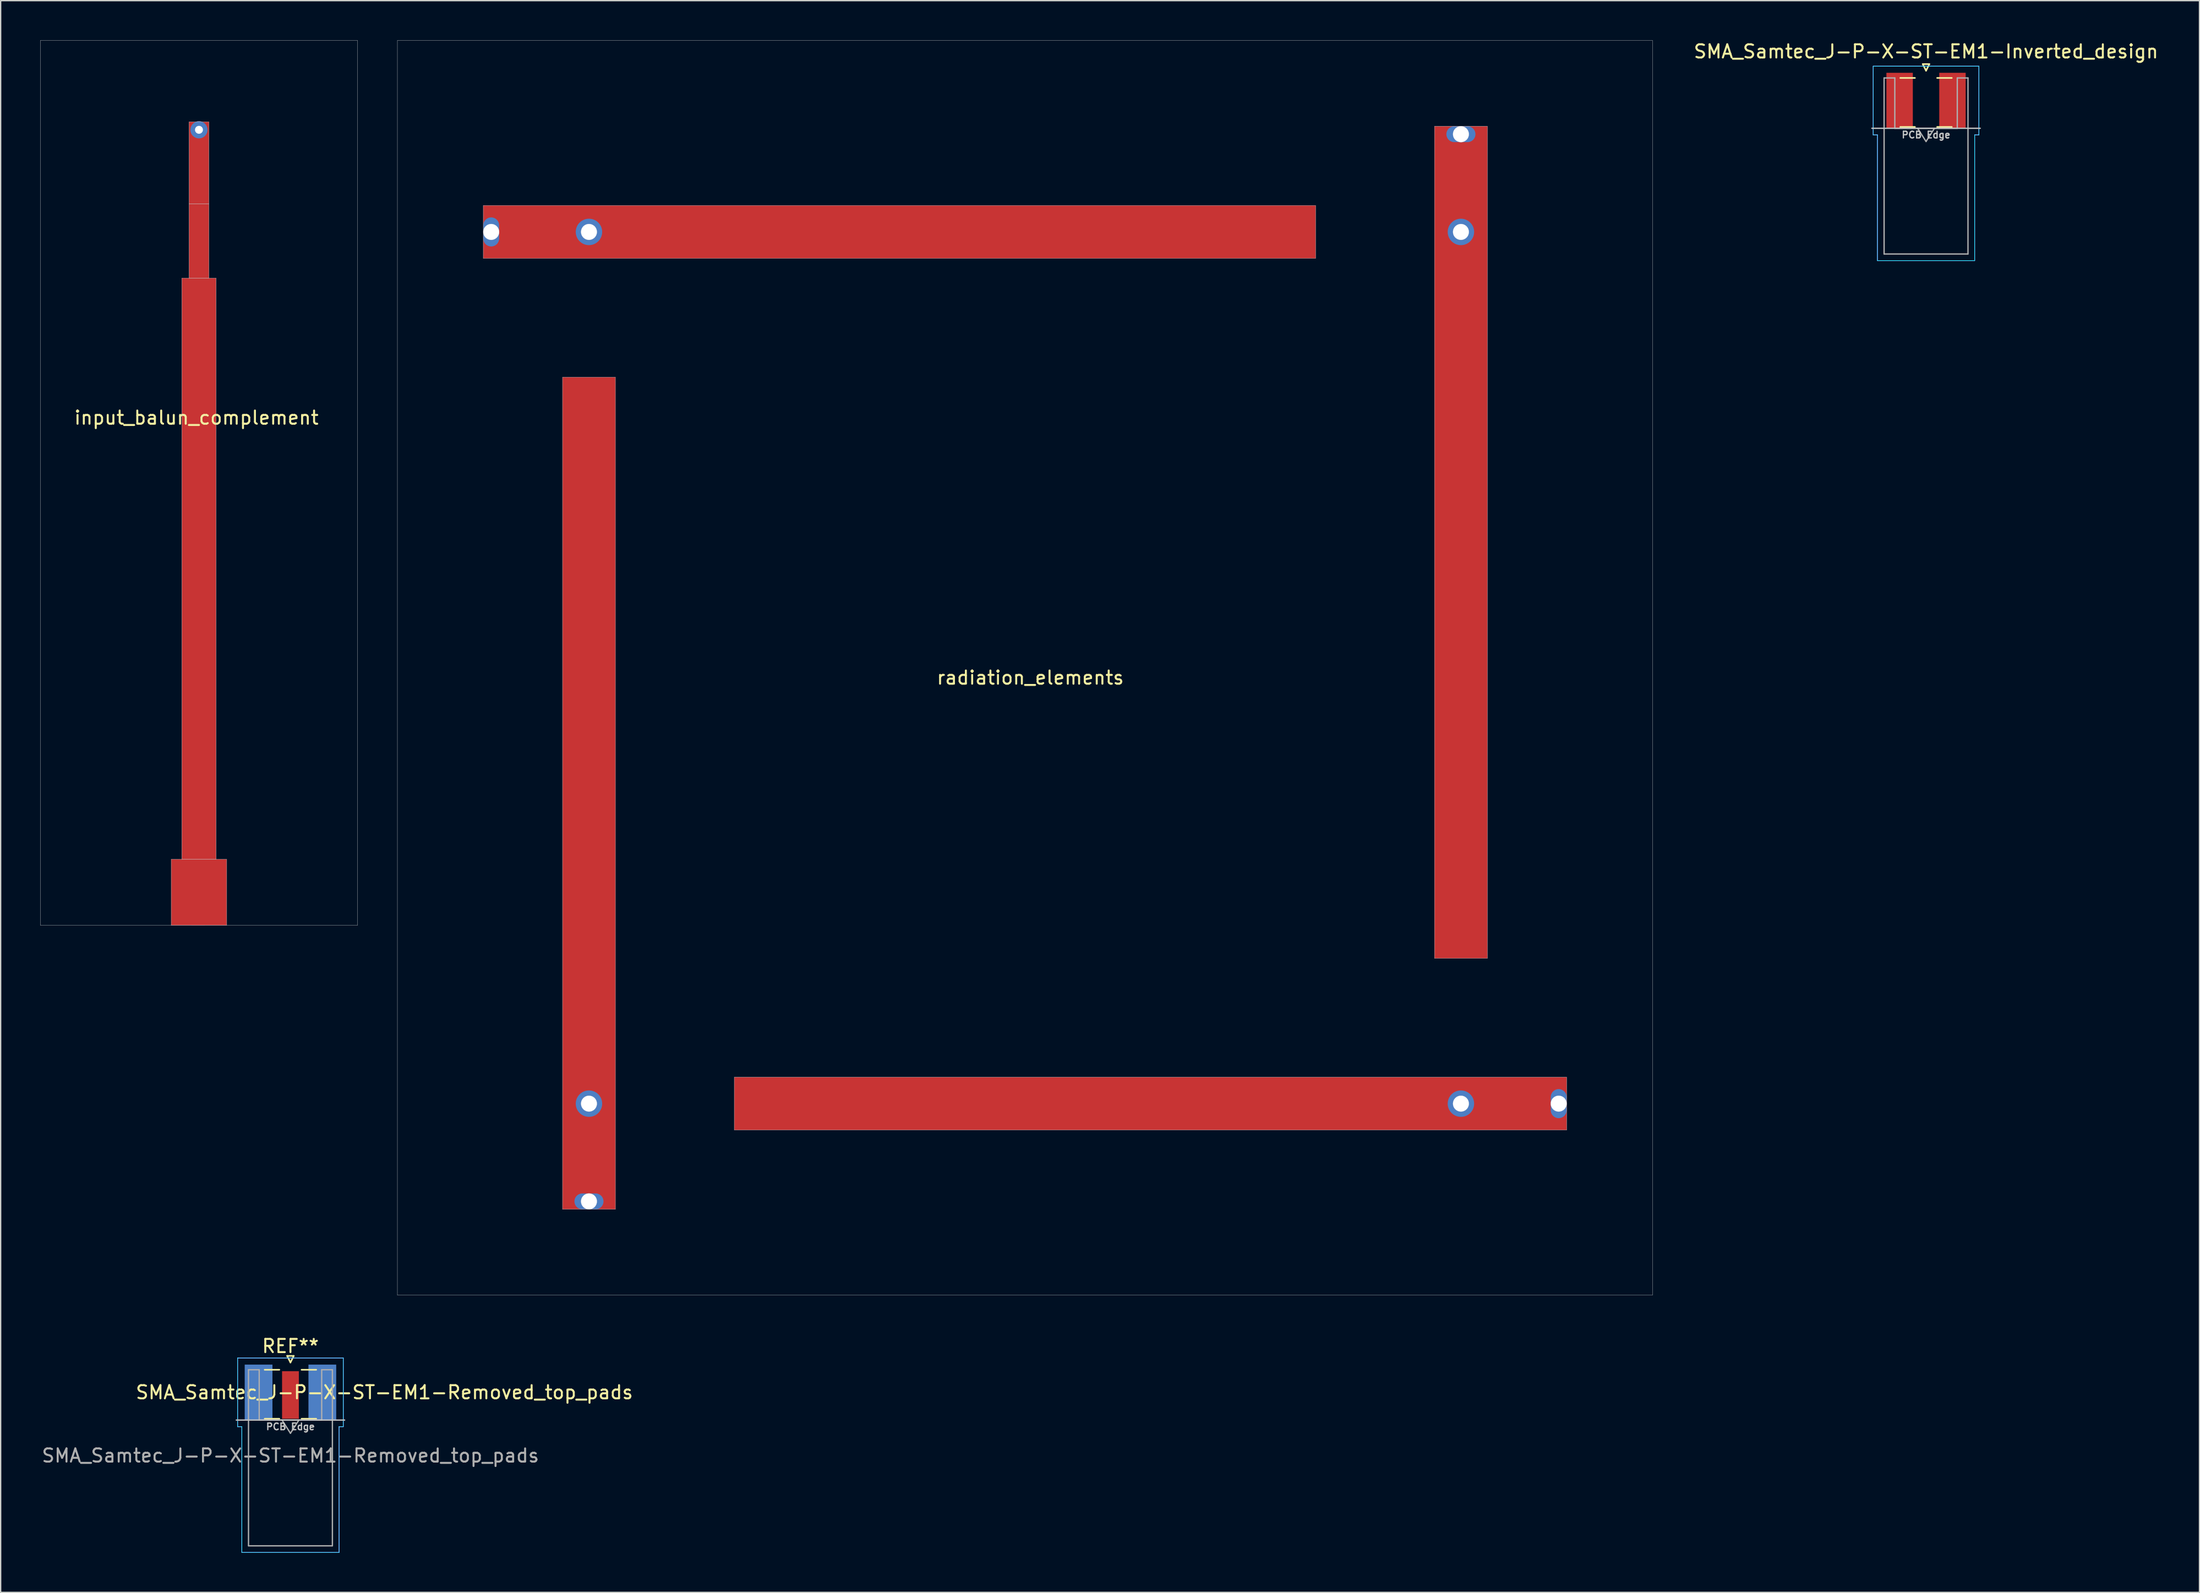
<source format=kicad_pcb>
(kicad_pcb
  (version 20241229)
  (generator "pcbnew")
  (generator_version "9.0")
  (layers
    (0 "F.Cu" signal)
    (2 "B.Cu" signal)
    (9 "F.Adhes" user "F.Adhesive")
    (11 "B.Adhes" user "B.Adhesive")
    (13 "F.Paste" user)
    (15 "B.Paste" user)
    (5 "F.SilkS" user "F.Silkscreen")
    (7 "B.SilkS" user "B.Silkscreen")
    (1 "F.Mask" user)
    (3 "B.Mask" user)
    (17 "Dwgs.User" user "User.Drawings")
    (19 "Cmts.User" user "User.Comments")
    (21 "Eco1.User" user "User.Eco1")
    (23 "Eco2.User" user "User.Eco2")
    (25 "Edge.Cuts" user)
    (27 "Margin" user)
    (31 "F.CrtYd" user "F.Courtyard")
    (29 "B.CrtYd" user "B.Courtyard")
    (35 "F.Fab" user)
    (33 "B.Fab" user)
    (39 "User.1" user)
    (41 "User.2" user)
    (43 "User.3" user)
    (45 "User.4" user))
  (footprint "radiation_elements"
    (layer "F.Cu")
    (at 74.94 48.26)
    (property "Reference" "radiation_elements" (at 0 0 0) (layer "F.SilkS") (effects (font (size 1 1) (thickness 0.15))))
    (attr through_hole)
    (fp_poly (pts (xy -31.41 40.25) (xy -35.41 40.25) (xy -35.41 -22.75) (xy -31.41 -22.75)) (stroke (width 0.01) (type solid)) (fill yes) (layer "F.Cu"))
    (fp_poly (pts (xy 21.59 -31.75) (xy -41.41 -31.75) (xy -41.41 -35.75) (xy 21.59 -35.75)) (stroke (width 0.01) (type solid)) (fill yes) (layer "F.Cu"))
    (fp_poly (pts (xy 34.59 21.25) (xy 30.59 21.25) (xy 30.59 -41.75) (xy 34.59 -41.75)) (stroke (width 0.01) (type solid)) (fill yes) (layer "F.Cu"))
    (fp_poly (pts (xy 40.59 34.25) (xy -22.41 34.25) (xy -22.41 30.25) (xy 40.59 30.25)) (stroke (width 0.01) (type solid)) (fill yes) (layer "F.Cu"))
    (fp_line (start -47.91 -48.25) (end -47.91 46.75) (stroke (width 0.02) (type solid)) (layer "Dwgs.User"))
    (fp_line (start -47.91 46.75) (end 47.09 46.75) (stroke (width 0.02) (type solid)) (layer "Dwgs.User"))
    (fp_line (start -41.41 -35.75) (end -41.41 -31.75) (stroke (width 0.02) (type solid)) (layer "Dwgs.User"))
    (fp_line (start -41.41 -31.75) (end 21.59 -31.75) (stroke (width 0.02) (type solid)) (layer "Dwgs.User"))
    (fp_line (start -35.41 -22.75) (end -35.41 40.25) (stroke (width 0.02) (type solid)) (layer "Dwgs.User"))
    (fp_line (start -35.41 40.25) (end -31.41 40.25) (stroke (width 0.02) (type solid)) (layer "Dwgs.User"))
    (fp_line (start -31.41 -22.75) (end -35.41 -22.75) (stroke (width 0.02) (type solid)) (layer "Dwgs.User"))
    (fp_line (start -31.41 40.25) (end -31.41 -22.75) (stroke (width 0.02) (type solid)) (layer "Dwgs.User"))
    (fp_line (start -22.41 30.25) (end -22.41 34.25) (stroke (width 0.02) (type solid)) (layer "Dwgs.User"))
    (fp_line (start -22.41 34.25) (end 40.59 34.25) (stroke (width 0.02) (type solid)) (layer "Dwgs.User"))
    (fp_line (start 21.59 -35.75) (end -41.41 -35.75) (stroke (width 0.02) (type solid)) (layer "Dwgs.User"))
    (fp_line (start 21.59 -31.75) (end 21.59 -35.75) (stroke (width 0.02) (type solid)) (layer "Dwgs.User"))
    (fp_line (start 30.59 -41.75) (end 30.59 21.25) (stroke (width 0.02) (type solid)) (layer "Dwgs.User"))
    (fp_line (start 30.59 21.25) (end 34.59 21.25) (stroke (width 0.02) (type solid)) (layer "Dwgs.User"))
    (fp_line (start 34.59 -41.75) (end 30.59 -41.75) (stroke (width 0.02) (type solid)) (layer "Dwgs.User"))
    (fp_line (start 34.59 21.25) (end 34.59 -41.75) (stroke (width 0.02) (type solid)) (layer "Dwgs.User"))
    (fp_line (start 40.59 30.25) (end -22.41 30.25) (stroke (width 0.02) (type solid)) (layer "Dwgs.User"))
    (fp_line (start 40.59 34.25) (end 40.59 30.25) (stroke (width 0.02) (type solid)) (layer "Dwgs.User"))
    (fp_line (start 47.09 -48.25) (end -47.91 -48.25) (stroke (width 0.02) (type solid)) (layer "Dwgs.User"))
    (fp_line (start 47.09 46.75) (end 47.09 -48.25) (stroke (width 0.02) (type solid)) (layer "Dwgs.User"))
    (fp_circle (center -40.81 -33.75) (end -40.21 -33.75) (stroke (width 0.02) (type solid)) (fill no) (layer "Dwgs.User"))
    (fp_circle (center -33.41 -33.75) (end -32.81 -33.75) (stroke (width 0.02) (type solid)) (fill no) (layer "Dwgs.User"))
    (fp_circle (center -33.41 32.25) (end -32.81 32.25) (stroke (width 0.02) (type solid)) (fill no) (layer "Dwgs.User"))
    (fp_circle (center -33.41 39.65) (end -32.81 39.65) (stroke (width 0.02) (type solid)) (fill no) (layer "Dwgs.User"))
    (fp_circle (center 32.59 -41.15) (end 33.19 -41.15) (stroke (width 0.02) (type solid)) (fill no) (layer "Dwgs.User"))
    (fp_circle (center 32.59 -33.75) (end 33.19 -33.75) (stroke (width 0.02) (type solid)) (fill no) (layer "Dwgs.User"))
    (fp_circle (center 32.59 32.25) (end 33.19 32.25) (stroke (width 0.02) (type solid)) (fill no) (layer "Dwgs.User"))
    (fp_circle (center 39.99 32.25) (end 40.59 32.25) (stroke (width 0.02) (type solid)) (fill no) (layer "Dwgs.User"))
    (pad "1" thru_hole circle (at -33.41 -33.75) (size 2 2) (drill 1.2) (layers "*.Cu" "*.Mask"))
    (pad "2" thru_hole circle (at 32.59 -33.75) (size 2 2) (drill 1.2) (layers "*.Cu" "*.Mask"))
    (pad "3" thru_hole circle (at 32.59 32.25) (size 2 2) (drill 1.2) (layers "*.Cu" "*.Mask"))
    (pad "4" thru_hole circle (at -33.41 32.25) (size 2 2) (drill 1.2) (layers "*.Cu" "*.Mask"))
    (pad "5" thru_hole oval (at -40.81 -33.75) (size 1.2 2.2) (drill 1.2) (layers "*.Cu" "*.Mask"))
    (pad "6" thru_hole oval (at 32.59 -41.15) (size 2.2 1.2) (drill 1.2) (layers "*.Cu" "*.Mask"))
    (pad "7" thru_hole oval (at 39.99 32.25) (size 1.2 2.2) (drill 1.2) (layers "*.Cu" "*.Mask"))
    (pad "8" thru_hole oval (at -33.41 39.65) (size 2.2 1.2) (drill 1.2) (layers "*.Cu" "*.Mask")))
  (footprint "SMA_Samtec_J-P-X-ST-EM1-Removed_top_pads"
    (layer "F.Cu")
    (at 18.935 102.368)
    (property "Reference" "SMA_Samtec_J-P-X-ST-EM1-Removed_top_pads" (at 7.112 0 0) (layer "F.SilkS") (effects (font (size 1 1) (thickness 0.15))))
    (attr through_hole)
    (fp_line (start -1.95 -1.71) (end -0.84 -1.71) (stroke (width 0.12) (type solid)) (layer "F.SilkS"))
    (fp_line (start -1.95 2) (end -0.84 2) (stroke (width 0.12) (type solid)) (layer "F.SilkS"))
    (fp_line (start -0.25 -2.76) (end 0 -2.26) (stroke (width 0.12) (type solid)) (layer "F.SilkS"))
    (fp_line (start 0 -2.26) (end 0.25 -2.76) (stroke (width 0.12) (type solid)) (layer "F.SilkS"))
    (fp_line (start 0.25 -2.76) (end -0.25 -2.76) (stroke (width 0.12) (type solid)) (layer "F.SilkS"))
    (fp_line (start 0.84 -1.71) (end 1.95 -1.71) (stroke (width 0.12) (type solid)) (layer "F.SilkS"))
    (fp_line (start 0.84 2) (end 1.95 2) (stroke (width 0.12) (type solid)) (layer "F.SilkS"))
    (fp_line (start 4.1 2.1) (end -4.1 2.1) (stroke (width 0.1) (type solid)) (layer "Dwgs.User"))
    (fp_line (start -4 -2.6) (end 4 -2.6) (stroke (width 0.05) (type solid)) (layer "B.CrtYd"))
    (fp_line (start -4 2.6) (end -4 -2.6) (stroke (width 0.05) (type solid)) (layer "B.CrtYd"))
    (fp_line (start -3.68 2.6) (end -4 2.6) (stroke (width 0.05) (type solid)) (layer "B.CrtYd"))
    (fp_line (start -3.68 12.12) (end -3.68 2.6) (stroke (width 0.05) (type solid)) (layer "B.CrtYd"))
    (fp_line (start 3.68 2.6) (end 3.68 12.12) (stroke (width 0.05) (type solid)) (layer "B.CrtYd"))
    (fp_line (start 3.68 12.12) (end -3.68 12.12) (stroke (width 0.05) (type solid)) (layer "B.CrtYd"))
    (fp_line (start 4 2.6) (end 3.68 2.6) (stroke (width 0.05) (type solid)) (layer "B.CrtYd"))
    (fp_line (start 4 2.6) (end 4 -2.6) (stroke (width 0.05) (type solid)) (layer "B.CrtYd"))
    (fp_line (start -4 -2.6) (end 4 -2.6) (stroke (width 0.05) (type solid)) (layer "F.CrtYd"))
    (fp_line (start -4 2.6) (end -4 -2.6) (stroke (width 0.05) (type solid)) (layer "F.CrtYd"))
    (fp_line (start -3.68 2.6) (end -4 2.6) (stroke (width 0.05) (type solid)) (layer "F.CrtYd"))
    (fp_line (start -3.68 12.12) (end -3.68 2.6) (stroke (width 0.05) (type solid)) (layer "F.CrtYd"))
    (fp_line (start 3.68 2.6) (end 3.68 12.12) (stroke (width 0.05) (type solid)) (layer "F.CrtYd"))
    (fp_line (start 3.68 2.6) (end 4 2.6) (stroke (width 0.05) (type solid)) (layer "F.CrtYd"))
    (fp_line (start 3.68 12.12) (end -3.68 12.12) (stroke (width 0.05) (type solid)) (layer "F.CrtYd"))
    (fp_line (start 4 2.6) (end 4 -2.6) (stroke (width 0.05) (type solid)) (layer "F.CrtYd"))
    (fp_line (start -3.175 -1.71) (end -3.175 11.62) (stroke (width 0.1) (type solid)) (layer "F.Fab"))
    (fp_line (start -2.365 -1.71) (end -3.175 -1.71) (stroke (width 0.1) (type solid)) (layer "F.Fab"))
    (fp_line (start -2.365 2.1) (end -2.365 -1.71) (stroke (width 0.1) (type solid)) (layer "F.Fab"))
    (fp_line (start 0 3.1) (end -0.64 2.1) (stroke (width 0.1) (type solid)) (layer "F.Fab"))
    (fp_line (start 0.64 2.1) (end 0 3.1) (stroke (width 0.1) (type solid)) (layer "F.Fab"))
    (fp_line (start 2.365 -1.71) (end 2.365 2.1) (stroke (width 0.1) (type solid)) (layer "F.Fab"))
    (fp_line (start 2.365 2.1) (end -2.365 2.1) (stroke (width 0.1) (type solid)) (layer "F.Fab"))
    (fp_line (start 3.165 11.62) (end -3.165 11.62) (stroke (width 0.1) (type solid)) (layer "F.Fab"))
    (fp_line (start 3.175 -1.71) (end 2.365 -1.71) (stroke (width 0.1) (type solid)) (layer "F.Fab"))
    (fp_line (start 3.175 -1.71) (end 3.175 11.62) (stroke (width 0.1) (type solid)) (layer "F.Fab"))
    (fp_text user "REF**" (at 0 -3.5 0) (layer "F.SilkS") (effects (font (size 1 1) (thickness 0.15))))
    (fp_text user "PCB Edge" (at 0 2.6 0) (layer "Dwgs.User") (effects (font (size 0.5 0.5) (thickness 0.1))))
    (fp_text user "${REFERENCE}" (at 0 4.79 180) (layer "F.Fab") (effects (font (size 1 1) (thickness 0.15))))
    (pad "1" smd rect (at 0 0.2) (size 1.27 3.6) (layers "F.Cu" "F.Mask" "F.Paste"))
    (pad "2" smd rect (at -2.413 0) (size 2.1 4.2) (layers "B.Cu" "B.Mask" "B.Paste"))
    (pad "2" smd rect (at 2.413 0) (size 2.1 4.2) (layers "B.Cu" "B.Mask" "B.Paste")))
  (footprint "SMA_Samtec_J-P-X-ST-EM1-Inverted_design"
    (layer "F.Cu")
    (at 142.736 4.562)
    (property "Reference" "SMA_Samtec_J-P-X-ST-EM1-Inverted_design" (at 0 -3.714 0) (layer "F.SilkS") (effects (font (size 1 1) (thickness 0.15))))
    (attr through_hole)
    (fp_line (start -1.95 -1.71) (end -0.84 -1.71) (stroke (width 0.12) (type solid)) (layer "F.SilkS"))
    (fp_line (start -1.95 2) (end -0.84 2) (stroke (width 0.12) (type solid)) (layer "F.SilkS"))
    (fp_line (start -0.25 -2.76) (end 0 -2.26) (stroke (width 0.12) (type solid)) (layer "F.SilkS"))
    (fp_line (start 0 -2.26) (end 0.25 -2.76) (stroke (width 0.12) (type solid)) (layer "F.SilkS"))
    (fp_line (start 0.25 -2.76) (end -0.25 -2.76) (stroke (width 0.12) (type solid)) (layer "F.SilkS"))
    (fp_line (start 0.84 -1.71) (end 1.95 -1.71) (stroke (width 0.12) (type solid)) (layer "F.SilkS"))
    (fp_line (start 0.84 2) (end 1.95 2) (stroke (width 0.12) (type solid)) (layer "F.SilkS"))
    (fp_line (start 4.1 2.1) (end -4.1 2.1) (stroke (width 0.1) (type solid)) (layer "Dwgs.User"))
    (fp_line (start -4 -2.6) (end 4 -2.6) (stroke (width 0.05) (type solid)) (layer "B.CrtYd"))
    (fp_line (start -4 2.6) (end -4 -2.6) (stroke (width 0.05) (type solid)) (layer "B.CrtYd"))
    (fp_line (start -3.68 2.6) (end -4 2.6) (stroke (width 0.05) (type solid)) (layer "B.CrtYd"))
    (fp_line (start -3.68 12.12) (end -3.68 2.6) (stroke (width 0.05) (type solid)) (layer "B.CrtYd"))
    (fp_line (start 3.68 2.6) (end 3.68 12.12) (stroke (width 0.05) (type solid)) (layer "B.CrtYd"))
    (fp_line (start 3.68 12.12) (end -3.68 12.12) (stroke (width 0.05) (type solid)) (layer "B.CrtYd"))
    (fp_line (start 4 2.6) (end 3.68 2.6) (stroke (width 0.05) (type solid)) (layer "B.CrtYd"))
    (fp_line (start 4 2.6) (end 4 -2.6) (stroke (width 0.05) (type solid)) (layer "B.CrtYd"))
    (fp_line (start -4 -2.6) (end 4 -2.6) (stroke (width 0.05) (type solid)) (layer "F.CrtYd"))
    (fp_line (start -4 2.6) (end -4 -2.6) (stroke (width 0.05) (type solid)) (layer "F.CrtYd"))
    (fp_line (start -3.68 2.6) (end -4 2.6) (stroke (width 0.05) (type solid)) (layer "F.CrtYd"))
    (fp_line (start -3.68 12.12) (end -3.68 2.6) (stroke (width 0.05) (type solid)) (layer "F.CrtYd"))
    (fp_line (start 3.68 2.6) (end 3.68 12.12) (stroke (width 0.05) (type solid)) (layer "F.CrtYd"))
    (fp_line (start 3.68 2.6) (end 4 2.6) (stroke (width 0.05) (type solid)) (layer "F.CrtYd"))
    (fp_line (start 3.68 12.12) (end -3.68 12.12) (stroke (width 0.05) (type solid)) (layer "F.CrtYd"))
    (fp_line (start 4 2.6) (end 4 -2.6) (stroke (width 0.05) (type solid)) (layer "F.CrtYd"))
    (fp_line (start -3.175 -1.71) (end -3.175 11.62) (stroke (width 0.1) (type solid)) (layer "F.Fab"))
    (fp_line (start -2.365 -1.71) (end -3.175 -1.71) (stroke (width 0.1) (type solid)) (layer "F.Fab"))
    (fp_line (start -2.365 2.1) (end -2.365 -1.71) (stroke (width 0.1) (type solid)) (layer "F.Fab"))
    (fp_line (start 0 3.1) (end -0.64 2.1) (stroke (width 0.1) (type solid)) (layer "F.Fab"))
    (fp_line (start 0.64 2.1) (end 0 3.1) (stroke (width 0.1) (type solid)) (layer "F.Fab"))
    (fp_line (start 2.365 -1.71) (end 2.365 2.1) (stroke (width 0.1) (type solid)) (layer "F.Fab"))
    (fp_line (start 2.365 2.1) (end -2.365 2.1) (stroke (width 0.1) (type solid)) (layer "F.Fab"))
    (fp_line (start 3.165 11.62) (end -3.165 11.62) (stroke (width 0.1) (type solid)) (layer "F.Fab"))
    (fp_line (start 3.175 -1.71) (end 2.365 -1.71) (stroke (width 0.1) (type solid)) (layer "F.Fab"))
    (fp_line (start 3.175 -1.71) (end 3.175 11.62) (stroke (width 0.1) (type solid)) (layer "F.Fab"))
    (fp_text user "PCB Edge" (at 0 2.6 0) (layer "Dwgs.User") (effects (font (size 0.5 0.5) (thickness 0.1))))
    (pad "2" smd rect (at -2 0) (size 2 4.2) (layers "F.Cu" "F.Mask" "F.Paste"))
    (pad "2" smd rect (at 2 0) (size 2 4.2) (layers "F.Cu" "F.Mask" "F.Paste")))
  (footprint "input_balun_complement"
    (layer "F.Cu")
    (at 12.01 66.778)
    (property "Reference" "input_balun_complement" (at -0.192 -38.201 0) (layer "F.SilkS") (effects (font (size 1 1) (thickness 0.15))))
    (attr through_hole)
    (fp_poly (pts (xy 0.75 -48.768) (xy 1.3 -48.768) (xy 1.3 -4.768) (xy 2.1 -4.768) (xy 2.1 0.232) (xy -2.1 0.232) (xy -2.1 -4.768) (xy -1.3 -4.768) (xy -1.3 -48.768) (xy -0.75 -48.768) (xy -0.75 -60.6) (xy 0.75 -60.6)) (stroke (width 0.01) (type solid)) (fill yes) (layer "F.Cu"))
    (fp_line (start -12 -66.768) (end -12 0.232) (stroke (width 0.02) (type solid)) (layer "Dwgs.User"))
    (fp_line (start -12 0.232) (end 12 0.232) (stroke (width 0.02) (type solid)) (layer "Dwgs.User"))
    (fp_line (start -2.1 -4.768) (end -2.1 0.232) (stroke (width 0.02) (type solid)) (layer "Dwgs.User"))
    (fp_line (start -2.1 0.232) (end 2.1 0.232) (stroke (width 0.02) (type solid)) (layer "Dwgs.User"))
    (fp_line (start -1.3 -48.768) (end -1.3 -4.768) (stroke (width 0.02) (type solid)) (layer "Dwgs.User"))
    (fp_line (start -1.3 -4.768) (end 1.3 -4.768) (stroke (width 0.02) (type solid)) (layer "Dwgs.User"))
    (fp_line (start -0.75 -60.6) (end -0.75 -54.384) (stroke (width 0.02) (type solid)) (layer "Dwgs.User"))
    (fp_line (start -0.75 -54.384) (end -0.75 -48.768) (stroke (width 0.02) (type solid)) (layer "Dwgs.User"))
    (fp_line (start -0.75 -54.384) (end 0.75 -54.384) (stroke (width 0.02) (type solid)) (layer "Dwgs.User"))
    (fp_line (start -0.75 -48.768) (end 0.75 -48.768) (stroke (width 0.02) (type solid)) (layer "Dwgs.User"))
    (fp_line (start 0.75 -60.6) (end -0.75 -60.6) (stroke (width 0.02) (type solid)) (layer "Dwgs.User"))
    (fp_line (start 0.75 -54.384) (end -0.75 -54.384) (stroke (width 0.02) (type solid)) (layer "Dwgs.User"))
    (fp_line (start 0.75 -54.384) (end 0.75 -60.6) (stroke (width 0.02) (type solid)) (layer "Dwgs.User"))
    (fp_line (start 0.75 -48.768) (end 0.75 -54.384) (stroke (width 0.02) (type solid)) (layer "Dwgs.User"))
    (fp_line (start 1.3 -48.768) (end -1.3 -48.768) (stroke (width 0.02) (type solid)) (layer "Dwgs.User"))
    (fp_line (start 1.3 -4.768) (end 1.3 -48.768) (stroke (width 0.02) (type solid)) (layer "Dwgs.User"))
    (fp_line (start 2.1 -4.768) (end -2.1 -4.768) (stroke (width 0.02) (type solid)) (layer "Dwgs.User"))
    (fp_line (start 2.1 0.232) (end 2.1 -4.768) (stroke (width 0.02) (type solid)) (layer "Dwgs.User"))
    (fp_line (start 12 -66.768) (end -12 -66.768) (stroke (width 0.02) (type solid)) (layer "Dwgs.User"))
    (fp_line (start 12 0.232) (end 12 -66.768) (stroke (width 0.02) (type solid)) (layer "Dwgs.User"))
    (pad "1" smd rect (at -0.065 -1.515) (size 1 3.5) (layers "F.Cu" "F.Mask" "F.Paste"))
    (pad "2" thru_hole circle (at 0 -60) (size 1.3 1.3) (drill 0.6) (layers "*.Cu" "*.Mask")))
  (gr_rect
    (start -3 -3)
    (end 163.433 117.513)
    (stroke (width 0.1) (type default))
    (fill no)
    (layer "Edge.Cuts")))
</source>
